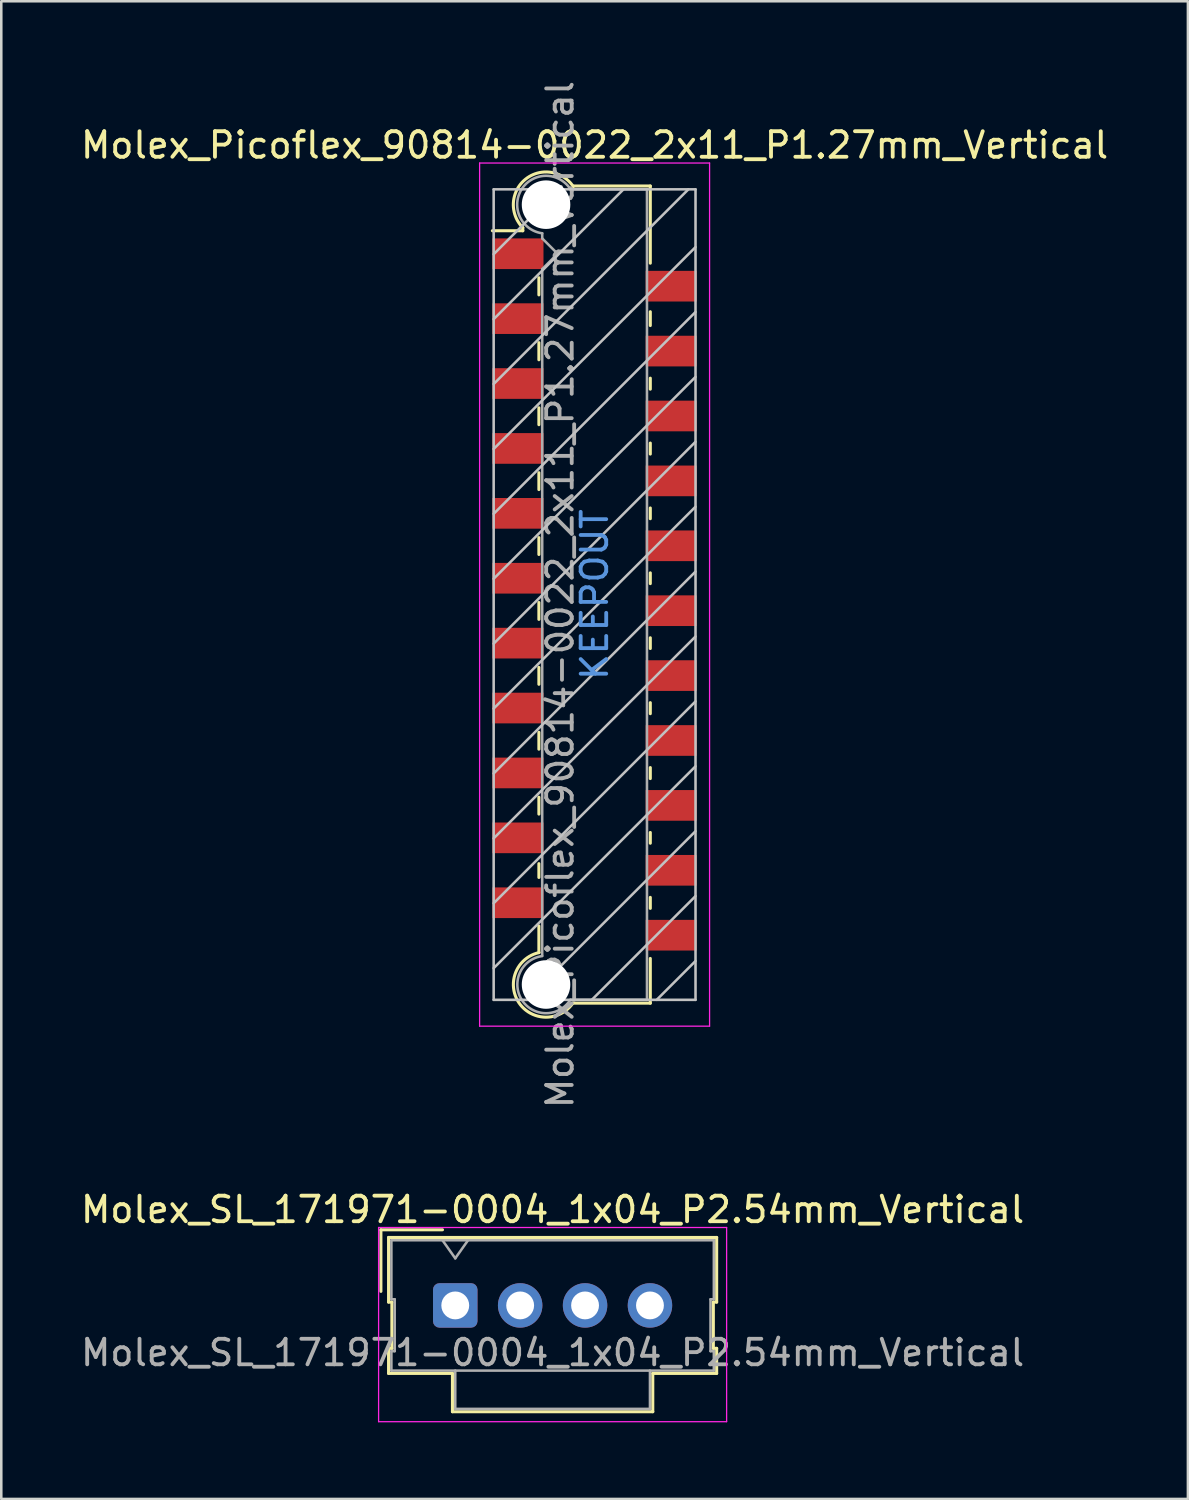
<source format=kicad_pcb>
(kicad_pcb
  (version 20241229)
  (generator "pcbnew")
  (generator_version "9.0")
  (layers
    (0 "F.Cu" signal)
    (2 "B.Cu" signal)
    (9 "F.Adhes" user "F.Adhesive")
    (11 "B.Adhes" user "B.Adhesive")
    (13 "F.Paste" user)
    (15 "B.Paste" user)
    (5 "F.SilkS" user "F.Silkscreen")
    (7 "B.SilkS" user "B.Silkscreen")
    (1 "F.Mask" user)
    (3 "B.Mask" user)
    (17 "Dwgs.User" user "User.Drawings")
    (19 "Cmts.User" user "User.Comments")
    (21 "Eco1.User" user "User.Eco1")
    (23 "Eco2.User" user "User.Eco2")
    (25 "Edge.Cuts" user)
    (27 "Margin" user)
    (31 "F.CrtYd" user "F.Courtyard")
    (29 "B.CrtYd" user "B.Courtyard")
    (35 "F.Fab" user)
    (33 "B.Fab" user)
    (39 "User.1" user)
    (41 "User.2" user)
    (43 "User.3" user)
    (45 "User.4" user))
  (footprint "Molex_Picoflex_90814-0022_2x11_P1.27mm_Vertical"
    (layer "F.Cu")
    (at 20.22 20.22)
    (property "Reference" "Molex_Picoflex_90814-0022_2x11_P1.27mm_Vertical" (at 0 -17.59 0) (layer "F.SilkS") (effects (font (size 1 1) (thickness 0.15))))
    (attr smd)
    (fp_line (start -2.81 -14.36) (end -2.81 -14.24) (stroke (width 0.12) (type solid)) (layer "F.SilkS"))
    (fp_line (start -2.81 -14.24) (end -4 -14.24) (stroke (width 0.12) (type solid)) (layer "F.SilkS"))
    (fp_line (start -2.18 -11.73) (end -2.18 -12.4) (stroke (width 0.12) (type solid)) (layer "F.SilkS"))
    (fp_line (start -2.18 -9.19) (end -2.18 -9.86) (stroke (width 0.12) (type solid)) (layer "F.SilkS"))
    (fp_line (start -2.18 -6.65) (end -2.18 -7.31) (stroke (width 0.12) (type solid)) (layer "F.SilkS"))
    (fp_line (start -2.18 -4.11) (end -2.18 -4.77) (stroke (width 0.12) (type solid)) (layer "F.SilkS"))
    (fp_line (start -2.18 -1.57) (end -2.18 -2.23) (stroke (width 0.12) (type solid)) (layer "F.SilkS"))
    (fp_line (start -2.18 0.97) (end -2.18 0.31) (stroke (width 0.12) (type solid)) (layer "F.SilkS"))
    (fp_line (start -2.18 3.51) (end -2.18 2.85) (stroke (width 0.12) (type solid)) (layer "F.SilkS"))
    (fp_line (start -2.18 6.05) (end -2.18 5.39) (stroke (width 0.12) (type solid)) (layer "F.SilkS"))
    (fp_line (start -2.18 8.59) (end -2.18 7.93) (stroke (width 0.12) (type solid)) (layer "F.SilkS"))
    (fp_line (start -2.18 11.07) (end -2.18 10.53) (stroke (width 0.12) (type solid)) (layer "F.SilkS"))
    (fp_line (start -2.18 14.01) (end -2.18 12.97) (stroke (width 0.12) (type solid)) (layer "F.SilkS"))
    (fp_line (start 2.18 -15.99) (end -0.82 -15.99) (stroke (width 0.12) (type solid)) (layer "F.SilkS"))
    (fp_line (start 2.18 -15.99) (end 2.18 -12.97) (stroke (width 0.12) (type solid)) (layer "F.SilkS"))
    (fp_line (start 2.18 -11.07) (end 2.18 -10.53) (stroke (width 0.12) (type solid)) (layer "F.SilkS"))
    (fp_line (start 2.18 -8.47) (end 2.18 -8.04) (stroke (width 0.12) (type solid)) (layer "F.SilkS"))
    (fp_line (start 2.18 -5.93) (end 2.18 -5.5) (stroke (width 0.12) (type solid)) (layer "F.SilkS"))
    (fp_line (start 2.18 -3.39) (end 2.18 -2.97) (stroke (width 0.12) (type solid)) (layer "F.SilkS"))
    (fp_line (start 2.18 -0.85) (end 2.18 -0.43) (stroke (width 0.12) (type solid)) (layer "F.SilkS"))
    (fp_line (start 2.18 1.69) (end 2.18 2.11) (stroke (width 0.12) (type solid)) (layer "F.SilkS"))
    (fp_line (start 2.18 4.23) (end 2.18 4.66) (stroke (width 0.12) (type solid)) (layer "F.SilkS"))
    (fp_line (start 2.18 6.77) (end 2.18 7.2) (stroke (width 0.12) (type solid)) (layer "F.SilkS"))
    (fp_line (start 2.18 9.31) (end 2.18 9.73) (stroke (width 0.12) (type solid)) (layer "F.SilkS"))
    (fp_line (start 2.18 11.85) (end 2.18 12.28) (stroke (width 0.12) (type solid)) (layer "F.SilkS"))
    (fp_line (start 2.18 14.24) (end 2.18 15.99) (stroke (width 0.12) (type solid)) (layer "F.SilkS"))
    (fp_line (start 2.18 15.99) (end -0.85 15.99) (stroke (width 0.12) (type solid)) (layer "F.SilkS"))
    (fp_arc (start -2.81 -14.36) (mid -2.708637 -16.252072) (end -0.834991 -15.969828) (stroke (width 0.12) (type solid)) (layer "F.SilkS"))
    (fp_arc (start -0.85 15.99) (mid -2.962791 15.971248) (end -2.174424 14.010964) (stroke (width 0.12) (type solid)) (layer "F.SilkS"))
    (fp_line (start -3.95 -15.86) (end -3.95 15.86) (stroke (width 0.1) (type solid)) (layer "Dwgs.User"))
    (fp_line (start -3.95 -13.32) (end -1.41 -15.86) (stroke (width 0.1) (type solid)) (layer "Dwgs.User"))
    (fp_line (start -3.95 -10.78) (end 1.13 -15.86) (stroke (width 0.1) (type solid)) (layer "Dwgs.User"))
    (fp_line (start -3.95 -8.24) (end 3.67 -15.86) (stroke (width 0.1) (type solid)) (layer "Dwgs.User"))
    (fp_line (start -3.95 -5.7) (end 3.95 -13.6) (stroke (width 0.1) (type solid)) (layer "Dwgs.User"))
    (fp_line (start -3.95 -3.16) (end 3.95 -11.06) (stroke (width 0.1) (type solid)) (layer "Dwgs.User"))
    (fp_line (start -3.95 -0.62) (end 3.95 -8.52) (stroke (width 0.1) (type solid)) (layer "Dwgs.User"))
    (fp_line (start -3.95 1.92) (end 3.95 -5.98) (stroke (width 0.1) (type solid)) (layer "Dwgs.User"))
    (fp_line (start -3.95 4.46) (end 3.95 -3.44) (stroke (width 0.1) (type solid)) (layer "Dwgs.User"))
    (fp_line (start -3.95 7) (end 3.95 -0.9) (stroke (width 0.1) (type solid)) (layer "Dwgs.User"))
    (fp_line (start -3.95 9.54) (end 3.95 1.64) (stroke (width 0.1) (type solid)) (layer "Dwgs.User"))
    (fp_line (start -3.95 12.08) (end 3.95 4.18) (stroke (width 0.1) (type solid)) (layer "Dwgs.User"))
    (fp_line (start -3.95 14.62) (end 3.95 6.72) (stroke (width 0.1) (type solid)) (layer "Dwgs.User"))
    (fp_line (start -3.95 15.86) (end 3.95 15.86) (stroke (width 0.1) (type solid)) (layer "Dwgs.User"))
    (fp_line (start -2.65 15.86) (end 3.95 9.26) (stroke (width 0.1) (type solid)) (layer "Dwgs.User"))
    (fp_line (start -0.11 15.86) (end 3.95 11.8) (stroke (width 0.1) (type solid)) (layer "Dwgs.User"))
    (fp_line (start 2.43 15.86) (end 3.95 14.34) (stroke (width 0.1) (type solid)) (layer "Dwgs.User"))
    (fp_line (start 3.95 -15.86) (end -3.95 -15.86) (stroke (width 0.1) (type solid)) (layer "Dwgs.User"))
    (fp_line (start 3.95 15.86) (end 3.95 -15.86) (stroke (width 0.1) (type solid)) (layer "Dwgs.User"))
    (fp_line (start -4.5 -16.89) (end -4.5 16.89) (stroke (width 0.05) (type solid)) (layer "F.CrtYd"))
    (fp_line (start -4.5 16.89) (end 4.5 16.89) (stroke (width 0.05) (type solid)) (layer "F.CrtYd"))
    (fp_line (start 4.5 -16.89) (end -4.5 -16.89) (stroke (width 0.05) (type solid)) (layer "F.CrtYd"))
    (fp_line (start 4.5 16.89) (end 4.5 -16.89) (stroke (width 0.05) (type solid)) (layer "F.CrtYd"))
    (fp_line (start -2.05 -13.94) (end -2.05 -14.14) (stroke (width 0.1) (type solid)) (layer "F.Fab"))
    (fp_line (start -2.05 -12.74) (end -1.45 -13.34) (stroke (width 0.1) (type solid)) (layer "F.Fab"))
    (fp_line (start -2.05 14.14) (end -2.05 -12.74) (stroke (width 0.1) (type solid)) (layer "F.Fab"))
    (fp_line (start -1.45 -13.34) (end -2.05 -13.94) (stroke (width 0.1) (type solid)) (layer "F.Fab"))
    (fp_line (start 2.05 -15.86) (end -0.93 -15.86) (stroke (width 0.1) (type solid)) (layer "F.Fab"))
    (fp_line (start 2.05 -15.86) (end 2.05 15.86) (stroke (width 0.1) (type solid)) (layer "F.Fab"))
    (fp_line (start 2.05 15.86) (end -0.95 15.86) (stroke (width 0.1) (type solid)) (layer "F.Fab"))
    (fp_arc (start -2.05 -14.14) (mid -2.851672 -15.869279) (end -0.945612 -15.865015) (stroke (width 0.1) (type solid)) (layer "F.Fab"))
    (fp_arc (start -0.95 15.86) (mid -2.845272 15.867422) (end -2.051022 14.146585) (stroke (width 0.1) (type solid)) (layer "F.Fab"))
    (fp_text user "KEEPOUT" (at 0 0 90) (layer "Cmts.User") (effects (font (size 1 1) (thickness 0.15))))
    (fp_text user "${REFERENCE}" (at -1.35 0 90) (layer "F.Fab") (effects (font (size 1 1) (thickness 0.15))))
    (pad "" np_thru_hole circle (at -1.9 -15.26) (size 1.9 1.9) (drill 1.9) (layers "*.Cu" "*.Mask"))
    (pad "" np_thru_hole circle (at -1.9 15.26) (size 1.9 1.9) (drill 1.9) (layers "*.Cu" "*.Mask"))
    (pad "1" smd rect (at -3 -13.34) (size 2 1.2) (layers "F.Cu" "F.Mask" "F.Paste"))
    (pad "2" smd rect (at 3 -12.07) (size 2 1.2) (layers "F.Cu" "F.Mask" "F.Paste"))
    (pad "3" smd rect (at -3 -10.8) (size 2 1.2) (layers "F.Cu" "F.Mask" "F.Paste"))
    (pad "4" smd rect (at 3 -9.53) (size 2 1.2) (layers "F.Cu" "F.Mask" "F.Paste"))
    (pad "5" smd rect (at -3 -8.26) (size 2 1.2) (layers "F.Cu" "F.Mask" "F.Paste"))
    (pad "6" smd rect (at 3 -6.99) (size 2 1.2) (layers "F.Cu" "F.Mask" "F.Paste"))
    (pad "7" smd rect (at -3 -5.72) (size 2 1.2) (layers "F.Cu" "F.Mask" "F.Paste"))
    (pad "8" smd rect (at 3 -4.45) (size 2 1.2) (layers "F.Cu" "F.Mask" "F.Paste"))
    (pad "9" smd rect (at -3 -3.18) (size 2 1.2) (layers "F.Cu" "F.Mask" "F.Paste"))
    (pad "10" smd rect (at 3 -1.91) (size 2 1.2) (layers "F.Cu" "F.Mask" "F.Paste"))
    (pad "11" smd rect (at -3 -0.64) (size 2 1.2) (layers "F.Cu" "F.Mask" "F.Paste"))
    (pad "12" smd rect (at 3 0.63) (size 2 1.2) (layers "F.Cu" "F.Mask" "F.Paste"))
    (pad "13" smd rect (at -3 1.9) (size 2 1.2) (layers "F.Cu" "F.Mask" "F.Paste"))
    (pad "14" smd rect (at 3 3.17) (size 2 1.2) (layers "F.Cu" "F.Mask" "F.Paste"))
    (pad "15" smd rect (at -3 4.44) (size 2 1.2) (layers "F.Cu" "F.Mask" "F.Paste"))
    (pad "16" smd rect (at 3 5.71) (size 2 1.2) (layers "F.Cu" "F.Mask" "F.Paste"))
    (pad "17" smd rect (at -3 6.98) (size 2 1.2) (layers "F.Cu" "F.Mask" "F.Paste"))
    (pad "18" smd rect (at 3 8.25) (size 2 1.2) (layers "F.Cu" "F.Mask" "F.Paste"))
    (pad "19" smd rect (at -3 9.52) (size 2 1.2) (layers "F.Cu" "F.Mask" "F.Paste"))
    (pad "20" smd rect (at 3 10.79) (size 2 1.2) (layers "F.Cu" "F.Mask" "F.Paste"))
    (pad "21" smd rect (at -3 12.06) (size 2 1.2) (layers "F.Cu" "F.Mask" "F.Paste"))
    (pad "22" smd rect (at 3 13.33) (size 2 1.2) (layers "F.Cu" "F.Mask" "F.Paste")))
  (footprint "Molex_SL_171971-0004_1x04_P2.54mm_Vertical"
    (layer "F.Cu")
    (at 14.767 48.039)
    (property "Reference" "Molex_SL_171971-0004_1x04_P2.54mm_Vertical" (at 3.81 -3.75 0) (layer "F.SilkS") (effects (font (size 1 1) (thickness 0.15))))
    (attr through_hole)
    (fp_line (start -2.91 -2.96) (end -0.5 -2.96) (stroke (width 0.12) (type solid)) (layer "F.SilkS"))
    (fp_line (start -2.91 -0.55) (end -2.91 -2.96) (stroke (width 0.12) (type solid)) (layer "F.SilkS"))
    (fp_line (start -2.61 -2.66) (end -2.61 -0.13) (stroke (width 0.12) (type solid)) (layer "F.SilkS"))
    (fp_line (start -2.61 -0.13) (end -2.48 -0.13) (stroke (width 0.12) (type solid)) (layer "F.SilkS"))
    (fp_line (start -2.61 1.68) (end -2.61 2.66) (stroke (width 0.12) (type solid)) (layer "F.SilkS"))
    (fp_line (start -2.61 2.66) (end -0.11 2.66) (stroke (width 0.12) (type solid)) (layer "F.SilkS"))
    (fp_line (start -2.48 -0.13) (end -2.48 1.68) (stroke (width 0.12) (type solid)) (layer "F.SilkS"))
    (fp_line (start -2.48 1.68) (end -2.61 1.68) (stroke (width 0.12) (type solid)) (layer "F.SilkS"))
    (fp_line (start -0.11 2.66) (end -0.11 4.16) (stroke (width 0.12) (type solid)) (layer "F.SilkS"))
    (fp_line (start -0.11 4.16) (end 7.73 4.16) (stroke (width 0.12) (type solid)) (layer "F.SilkS"))
    (fp_line (start 7.73 2.66) (end 10.23 2.66) (stroke (width 0.12) (type solid)) (layer "F.SilkS"))
    (fp_line (start 7.73 4.16) (end 7.73 2.66) (stroke (width 0.12) (type solid)) (layer "F.SilkS"))
    (fp_line (start 10.1 -0.13) (end 10.23 -0.13) (stroke (width 0.12) (type solid)) (layer "F.SilkS"))
    (fp_line (start 10.1 1.68) (end 10.1 -0.13) (stroke (width 0.12) (type solid)) (layer "F.SilkS"))
    (fp_line (start 10.23 -2.66) (end -2.61 -2.66) (stroke (width 0.12) (type solid)) (layer "F.SilkS"))
    (fp_line (start 10.23 -0.13) (end 10.23 -2.66) (stroke (width 0.12) (type solid)) (layer "F.SilkS"))
    (fp_line (start 10.23 1.68) (end 10.1 1.68) (stroke (width 0.12) (type solid)) (layer "F.SilkS"))
    (fp_line (start 10.23 2.66) (end 10.23 1.68) (stroke (width 0.12) (type solid)) (layer "F.SilkS"))
    (fp_line (start -3 -3.05) (end -3 4.55) (stroke (width 0.05) (type solid)) (layer "F.CrtYd"))
    (fp_line (start -3 4.55) (end 10.62 4.55) (stroke (width 0.05) (type solid)) (layer "F.CrtYd"))
    (fp_line (start 10.62 -3.05) (end -3 -3.05) (stroke (width 0.05) (type solid)) (layer "F.CrtYd"))
    (fp_line (start 10.62 4.55) (end 10.62 -3.05) (stroke (width 0.05) (type solid)) (layer "F.CrtYd"))
    (fp_line (start -2.5 -2.55) (end -2.5 -0.24) (stroke (width 0.1) (type solid)) (layer "F.Fab"))
    (fp_line (start -2.5 -0.24) (end -2.37 -0.24) (stroke (width 0.1) (type solid)) (layer "F.Fab"))
    (fp_line (start -2.5 1.79) (end -2.5 2.55) (stroke (width 0.1) (type solid)) (layer "F.Fab"))
    (fp_line (start -2.5 2.55) (end 10.12 2.55) (stroke (width 0.1) (type solid)) (layer "F.Fab"))
    (fp_line (start -2.37 -0.24) (end -2.37 1.79) (stroke (width 0.1) (type solid)) (layer "F.Fab"))
    (fp_line (start -2.37 1.79) (end -2.5 1.79) (stroke (width 0.1) (type solid)) (layer "F.Fab"))
    (fp_line (start 0 -1.843) (end -0.5 -2.55) (stroke (width 0.1) (type solid)) (layer "F.Fab"))
    (fp_line (start 0 2.55) (end 0 4.05) (stroke (width 0.1) (type solid)) (layer "F.Fab"))
    (fp_line (start 0 4.05) (end 7.62 4.05) (stroke (width 0.1) (type solid)) (layer "F.Fab"))
    (fp_line (start 0.5 -2.55) (end 0 -1.843) (stroke (width 0.1) (type solid)) (layer "F.Fab"))
    (fp_line (start 7.62 4.05) (end 7.62 2.55) (stroke (width 0.1) (type solid)) (layer "F.Fab"))
    (fp_line (start 9.99 -0.24) (end 10.12 -0.24) (stroke (width 0.1) (type solid)) (layer "F.Fab"))
    (fp_line (start 9.99 1.79) (end 9.99 -0.24) (stroke (width 0.1) (type solid)) (layer "F.Fab"))
    (fp_line (start 10.12 -2.55) (end -2.5 -2.55) (stroke (width 0.1) (type solid)) (layer "F.Fab"))
    (fp_line (start 10.12 -0.24) (end 10.12 -2.55) (stroke (width 0.1) (type solid)) (layer "F.Fab"))
    (fp_line (start 10.12 1.79) (end 9.99 1.79) (stroke (width 0.1) (type solid)) (layer "F.Fab"))
    (fp_line (start 10.12 2.55) (end 10.12 1.79) (stroke (width 0.1) (type solid)) (layer "F.Fab"))
    (fp_text user "${REFERENCE}" (at 3.81 1.85 0) (layer "F.Fab") (effects (font (size 1 1) (thickness 0.15))))
    (pad "1" thru_hole roundrect (at 0 0) (size 1.74 1.74) (drill 1.09) (layers "*.Cu" "*.Mask") (roundrect_rratio 0.144))
    (pad "2" thru_hole circle (at 2.54 0) (size 1.74 1.74) (drill 1.09) (layers "*.Cu" "*.Mask"))
    (pad "3" thru_hole circle (at 5.08 0) (size 1.74 1.74) (drill 1.09) (layers "*.Cu" "*.Mask"))
    (pad "4" thru_hole circle (at 7.62 0) (size 1.74 1.74) (drill 1.09) (layers "*.Cu" "*.Mask")))
  (gr_rect
    (start -3 -3)
    (end 43.44 55.614)
    (stroke (width 0.1) (type default))
    (fill no)
    (layer "Edge.Cuts")))
</source>
